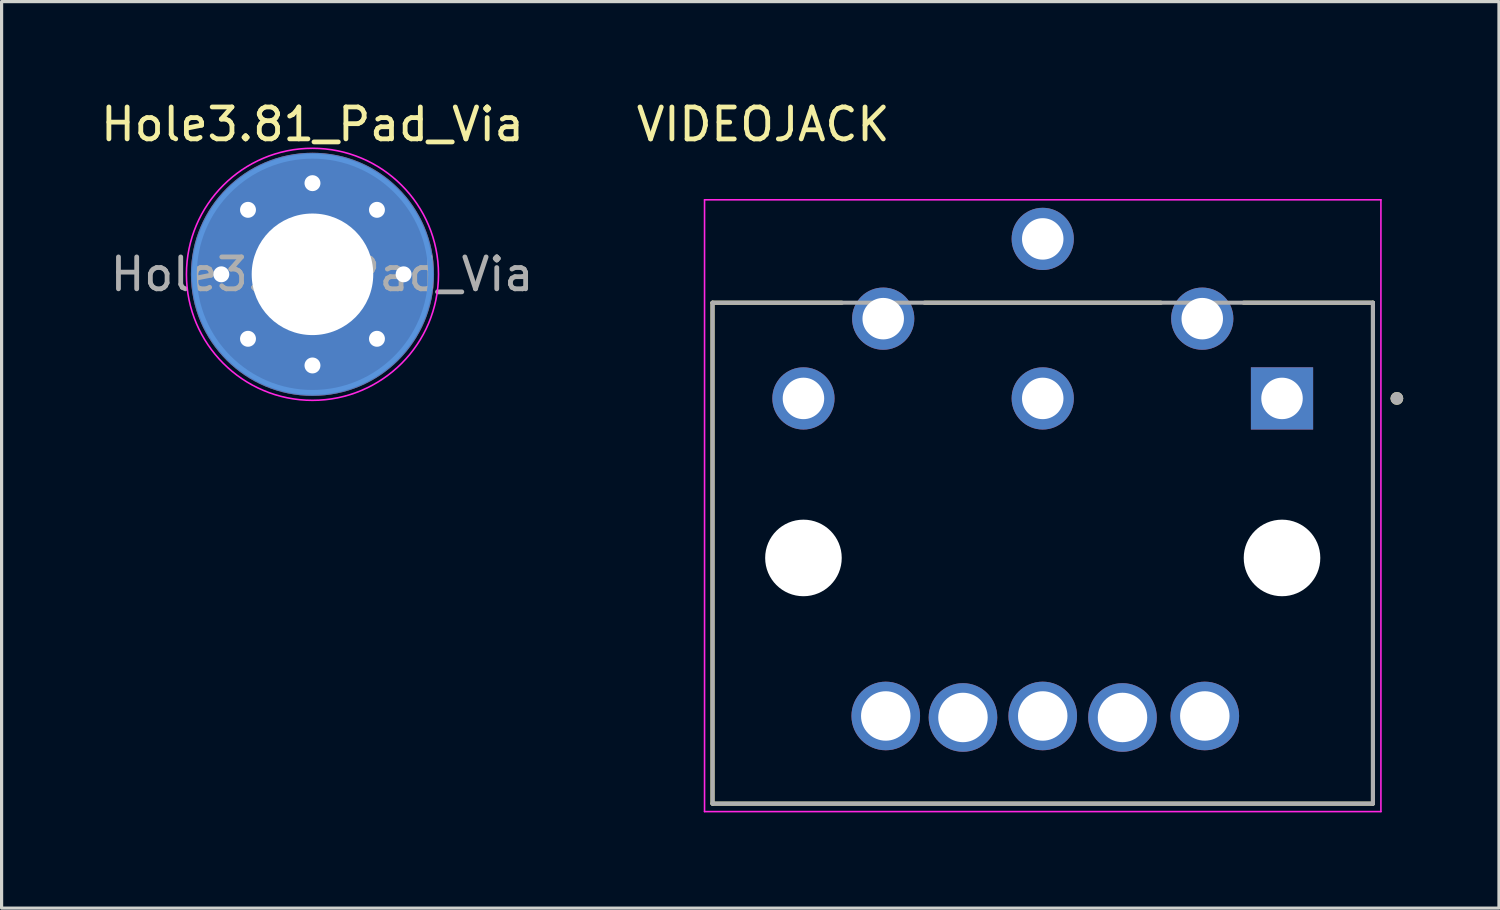
<source format=kicad_pcb>
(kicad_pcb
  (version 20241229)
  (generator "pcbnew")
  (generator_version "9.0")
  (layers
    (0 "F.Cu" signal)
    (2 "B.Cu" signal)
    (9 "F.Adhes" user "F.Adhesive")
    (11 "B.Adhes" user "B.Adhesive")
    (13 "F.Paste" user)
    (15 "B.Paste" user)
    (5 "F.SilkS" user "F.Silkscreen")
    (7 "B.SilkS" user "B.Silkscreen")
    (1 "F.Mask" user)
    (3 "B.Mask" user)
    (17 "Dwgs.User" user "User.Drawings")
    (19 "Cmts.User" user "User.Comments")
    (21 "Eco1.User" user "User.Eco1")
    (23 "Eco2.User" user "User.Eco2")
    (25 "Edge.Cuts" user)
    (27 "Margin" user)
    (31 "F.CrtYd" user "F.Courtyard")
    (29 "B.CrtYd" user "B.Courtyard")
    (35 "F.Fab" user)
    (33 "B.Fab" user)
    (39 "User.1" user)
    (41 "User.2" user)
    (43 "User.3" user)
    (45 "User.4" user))
  (footprint "VIDEOJACK"
    (layer "F.Cu")
    (at 29.633 14.438)
    (property "Reference" "VIDEOJACK" (at -8.763 -13.589 0) (layer "F.SilkS") (effects (font (size 1.001 1.001) (thickness 0.15))))
    (attr through_hole)
    (fp_line (start -10.35 -8) (end -6.295 -8) (stroke (width 0.127) (type solid)) (layer "F.SilkS"))
    (fp_line (start -10.35 7.7) (end -10.35 -8) (stroke (width 0.127) (type solid)) (layer "F.SilkS"))
    (fp_line (start -3.705 -8) (end 3.705 -8) (stroke (width 0.127) (type solid)) (layer "F.SilkS"))
    (fp_line (start 6.295 -8) (end 10.35 -8) (stroke (width 0.127) (type solid)) (layer "F.SilkS"))
    (fp_line (start 10.35 -8) (end 10.35 7.7) (stroke (width 0.127) (type solid)) (layer "F.SilkS"))
    (fp_line (start 10.35 7.7) (end -10.35 7.7) (stroke (width 0.127) (type solid)) (layer "F.SilkS"))
    (fp_circle (center 11.1 -5) (end 11.2 -5) (stroke (width 0.2) (type solid)) (fill no) (layer "F.SilkS"))
    (fp_line (start -10.6 -11.225) (end -10.6 7.95) (stroke (width 0.05) (type solid)) (layer "F.CrtYd"))
    (fp_line (start -10.6 7.95) (end 10.6 7.95) (stroke (width 0.05) (type solid)) (layer "F.CrtYd"))
    (fp_line (start 10.6 -11.225) (end -10.6 -11.225) (stroke (width 0.05) (type solid)) (layer "F.CrtYd"))
    (fp_line (start 10.6 7.95) (end 10.6 -11.225) (stroke (width 0.05) (type solid)) (layer "F.CrtYd"))
    (fp_line (start -10.35 -8) (end 10.35 -8) (stroke (width 0.127) (type solid)) (layer "F.Fab"))
    (fp_line (start -10.35 7.7) (end -10.35 -8) (stroke (width 0.127) (type solid)) (layer "F.Fab"))
    (fp_line (start 10.35 -8) (end 10.35 7.7) (stroke (width 0.127) (type solid)) (layer "F.Fab"))
    (fp_line (start 10.35 7.7) (end -10.35 7.7) (stroke (width 0.127) (type solid)) (layer "F.Fab"))
    (fp_circle (center 11.1 -5) (end 11.2 -5) (stroke (width 0.2) (type solid)) (fill no) (layer "F.Fab"))
    (pad "" np_thru_hole circle (at -7.5 0) (size 2.4 2.4) (drill 2.4) (layers "*.Cu" "*.Mask"))
    (pad "" np_thru_hole circle (at 7.5 0) (size 2.4 2.4) (drill 2.4) (layers "*.Cu" "*.Mask"))
    (pad "1" thru_hole rect (at 7.5 -5) (size 1.95 1.95) (drill 1.3) (layers "*.Cu" "*.Mask"))
    (pad "2" thru_hole circle (at 5 -7.5) (size 1.95 1.95) (drill 1.3) (layers "*.Cu" "*.Mask"))
    (pad "3" thru_hole circle (at 0 -5) (size 1.95 1.95) (drill 1.3) (layers "*.Cu" "*.Mask"))
    (pad "4" thru_hole circle (at -5 -7.5) (size 1.95 1.95) (drill 1.3) (layers "*.Cu" "*.Mask"))
    (pad "5" thru_hole circle (at -7.5 -5) (size 1.95 1.95) (drill 1.3) (layers "*.Cu" "*.Mask"))
    (pad "6" thru_hole circle (at 0 -10) (size 1.95 1.95) (drill 1.3) (layers "*.Cu" "*.Mask"))
    (pad "S" thru_hole circle (at -4.92 4.953) (size 2.15 2.15) (drill 1.55) (layers "*.Cu" "*.Mask"))
    (pad "S" thru_hole circle (at -2.5 5) (size 2.15 2.15) (drill 1.55) (layers "*.Cu" "*.Mask"))
    (pad "S" thru_hole circle (at 0 4.953) (size 2.15 2.15) (drill 1.55) (layers "*.Cu" "*.Mask"))
    (pad "S" thru_hole circle (at 2.5 5) (size 2.15 2.15) (drill 1.55) (layers "*.Cu" "*.Mask"))
    (pad "S" thru_hole circle (at 5.08 4.953) (size 2.15 2.15) (drill 1.55) (layers "*.Cu" "*.Mask")))
  (footprint "Hole3.81_Pad_Via"
    (layer "F.Cu")
    (at 6.744 5.548)
    (property "Reference" "Hole3.81_Pad_Via" (at 0 -4.7 0) (layer "F.SilkS") (effects (font (size 1 1) (thickness 0.15))))
    (attr exclude_from_pos_files exclude_from_bom)
    (fp_circle (center 0 0) (end 3.7 0) (stroke (width 0.15) (type solid)) (fill no) (layer "Cmts.User"))
    (fp_circle (center 0 0) (end 3.95 0) (stroke (width 0.05) (type solid)) (fill no) (layer "F.CrtYd"))
    (fp_text user "${REFERENCE}" (at 0.3 0 0) (layer "F.Fab") (effects (font (size 1 1) (thickness 0.15))))
    (pad "1" thru_hole circle (at -2.857 0) (size 0.8 0.8) (drill 0.5) (layers "*.Cu" "*.Mask"))
    (pad "1" thru_hole circle (at -2.021 -2.021) (size 0.8 0.8) (drill 0.5) (layers "*.Cu" "*.Mask"))
    (pad "1" thru_hole circle (at -2.021 2.021) (size 0.8 0.8) (drill 0.5) (layers "*.Cu" "*.Mask"))
    (pad "1" thru_hole circle (at 0 -2.857) (size 0.8 0.8) (drill 0.5) (layers "*.Cu" "*.Mask"))
    (pad "1" thru_hole circle (at 0 0) (size 7.62 7.62) (drill 3.81) (layers "*.Cu" "*.Mask"))
    (pad "1" thru_hole circle (at 0 2.857) (size 0.8 0.8) (drill 0.5) (layers "*.Cu" "*.Mask"))
    (pad "1" thru_hole circle (at 2.021 -2.021) (size 0.8 0.8) (drill 0.5) (layers "*.Cu" "*.Mask"))
    (pad "1" thru_hole circle (at 2.021 2.021) (size 0.8 0.8) (drill 0.5) (layers "*.Cu" "*.Mask"))
    (pad "1" thru_hole circle (at 2.857 0) (size 0.8 0.8) (drill 0.5) (layers "*.Cu" "*.Mask")))
  (gr_rect
    (start -3 -3)
    (end 43.933 25.413)
    (stroke (width 0.1) (type default))
    (fill no)
    (layer "Edge.Cuts")))
</source>
